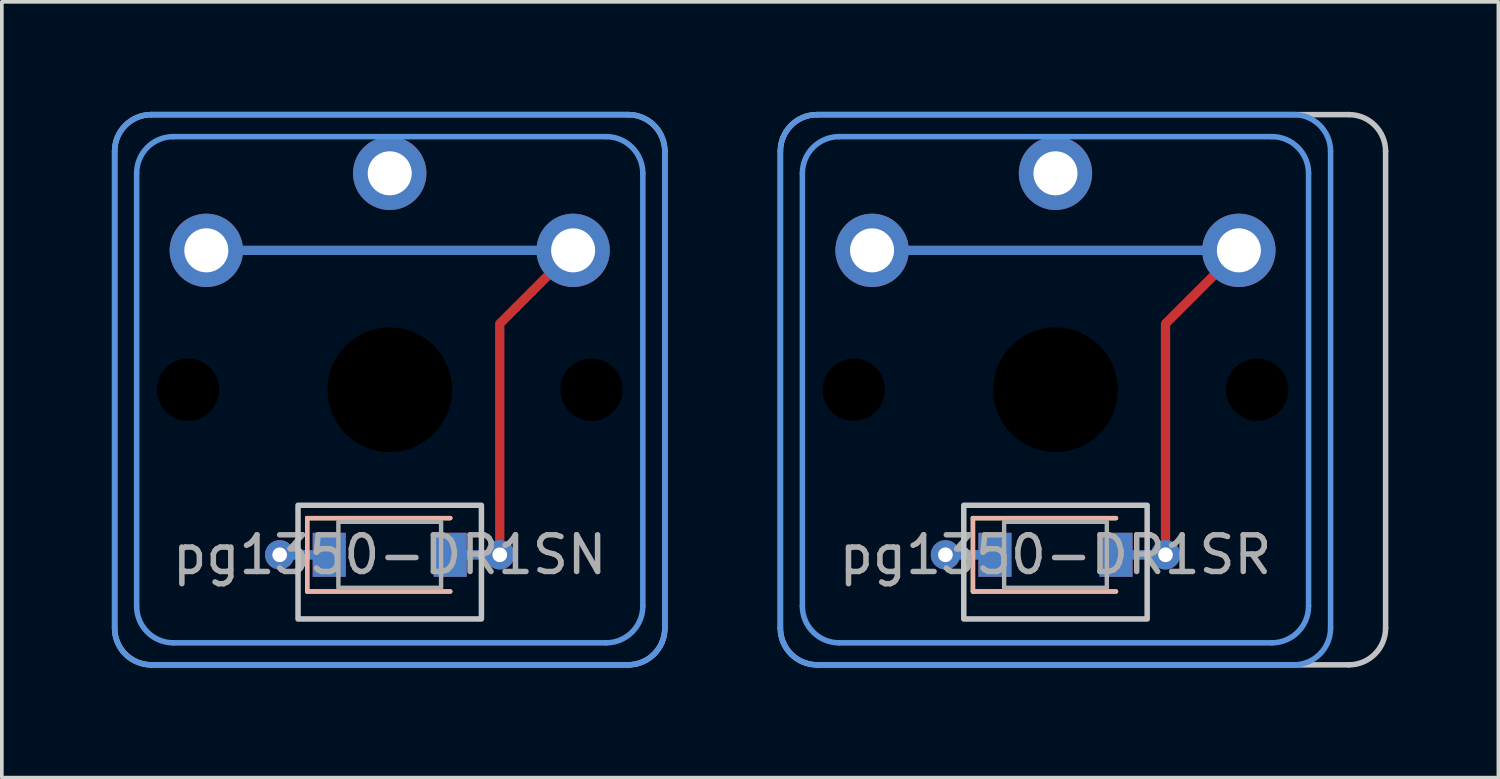
<source format=kicad_pcb>
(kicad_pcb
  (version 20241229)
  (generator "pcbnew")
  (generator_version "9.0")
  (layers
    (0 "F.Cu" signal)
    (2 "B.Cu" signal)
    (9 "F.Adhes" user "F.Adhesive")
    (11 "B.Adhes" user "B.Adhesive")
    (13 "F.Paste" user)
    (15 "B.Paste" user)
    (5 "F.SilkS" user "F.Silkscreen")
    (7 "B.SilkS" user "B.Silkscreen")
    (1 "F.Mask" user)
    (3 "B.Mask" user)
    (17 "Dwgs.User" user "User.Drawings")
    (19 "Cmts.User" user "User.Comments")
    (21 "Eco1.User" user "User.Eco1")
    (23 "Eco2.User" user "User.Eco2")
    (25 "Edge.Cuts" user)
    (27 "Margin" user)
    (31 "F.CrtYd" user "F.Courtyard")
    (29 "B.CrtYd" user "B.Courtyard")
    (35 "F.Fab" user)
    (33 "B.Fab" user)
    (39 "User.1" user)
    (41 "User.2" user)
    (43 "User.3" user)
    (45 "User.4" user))
  (footprint "pg1350-DR1SR"
    (layer "F.Cu")
    (at 25.725 12.075)
    (property "Reference" "pg1350-DR1SR" (at 0 0 0) (layer "F.Fab") (effects (font (size 1 1) (thickness 0.15))))
    (attr smd)
    (fp_line (start -2.25 -1) (end -2.25 1) (stroke (width 0.12) (type solid)) (layer "F.SilkS"))
    (fp_line (start -2.25 1) (end 1.65 1) (stroke (width 0.12) (type solid)) (layer "F.SilkS"))
    (fp_line (start 1.65 -1) (end -2.25 -1) (stroke (width 0.12) (type solid)) (layer "F.SilkS"))
    (fp_line (start -2.25 -1) (end -2.25 1) (stroke (width 0.12) (type solid)) (layer "B.SilkS"))
    (fp_line (start -2.25 1) (end 1.65 1) (stroke (width 0.12) (type solid)) (layer "B.SilkS"))
    (fp_line (start 1.65 -1) (end -2.25 -1) (stroke (width 0.12) (type solid)) (layer "B.SilkS"))
    (fp_line (start -7.5 2) (end -7.5 -11) (stroke (width 0.15) (type solid)) (layer "Dwgs.User"))
    (fp_line (start -6.5 -12) (end 8 -12) (stroke (width 0.15) (type solid)) (layer "Dwgs.User"))
    (fp_line (start 8 3) (end -6.5 3) (stroke (width 0.15) (type solid)) (layer "Dwgs.User"))
    (fp_line (start 9 -11) (end 9 2) (stroke (width 0.15) (type solid)) (layer "Dwgs.User"))
    (fp_rect (start 2.5 1.75) (end -2.5 -1.35) (stroke (width 0.15) (type solid)) (fill no) (layer "Dwgs.User"))
    (fp_arc (start -7.5 -11) (mid -7.207107 -11.707107) (end -6.5 -12) (stroke (width 0.15) (type solid)) (layer "Dwgs.User"))
    (fp_arc (start -6.5 3) (mid -7.207107 2.707107) (end -7.5 2) (stroke (width 0.15) (type solid)) (layer "Dwgs.User"))
    (fp_arc (start 8 -12) (mid 8.707107 -11.707107) (end 9 -11) (stroke (width 0.15) (type solid)) (layer "Dwgs.User"))
    (fp_arc (start 9 2) (mid 8.707107 2.707107) (end 8 3) (stroke (width 0.15) (type solid)) (layer "Dwgs.User"))
    (fp_line (start -7.5 2) (end -7.5 -11) (stroke (width 0.15) (type solid)) (layer "Cmts.User"))
    (fp_line (start -6.9 1.4) (end -6.9 -10.4) (stroke (width 0.15) (type solid)) (layer "Cmts.User"))
    (fp_line (start -6.5 -12) (end 6.5 -12) (stroke (width 0.15) (type solid)) (layer "Cmts.User"))
    (fp_line (start -5.9 -11.4) (end 5.9 -11.4) (stroke (width 0.15) (type solid)) (layer "Cmts.User"))
    (fp_line (start 5.9 2.4) (end -5.9 2.4) (stroke (width 0.15) (type solid)) (layer "Cmts.User"))
    (fp_line (start 6.5 3) (end -6.5 3) (stroke (width 0.15) (type solid)) (layer "Cmts.User"))
    (fp_line (start 6.9 -10.4) (end 6.9 1.4) (stroke (width 0.15) (type solid)) (layer "Cmts.User"))
    (fp_line (start 7.5 -11) (end 7.5 2) (stroke (width 0.15) (type solid)) (layer "Cmts.User"))
    (fp_arc (start -7.5 -11) (mid -7.207107 -11.707107) (end -6.5 -12) (stroke (width 0.15) (type solid)) (layer "Cmts.User"))
    (fp_arc (start -6.9 -10.4) (mid -6.607107 -11.107107) (end -5.9 -11.4) (stroke (width 0.15) (type solid)) (layer "Cmts.User"))
    (fp_arc (start -6.5 3) (mid -7.207107 2.707107) (end -7.5 2) (stroke (width 0.15) (type solid)) (layer "Cmts.User"))
    (fp_arc (start -5.9 2.4) (mid -6.607107 2.107107) (end -6.9 1.4) (stroke (width 0.15) (type solid)) (layer "Cmts.User"))
    (fp_arc (start 5.9 -11.4) (mid 6.607107 -11.107107) (end 6.9 -10.4) (stroke (width 0.15) (type solid)) (layer "Cmts.User"))
    (fp_arc (start 6.5 -12) (mid 7.207107 -11.707107) (end 7.5 -11) (stroke (width 0.15) (type solid)) (layer "Cmts.User"))
    (fp_arc (start 6.9 1.4) (mid 6.607107 2.107107) (end 5.9 2.4) (stroke (width 0.15) (type solid)) (layer "Cmts.User"))
    (fp_arc (start 7.5 2) (mid 7.207107 2.707107) (end 6.5 3) (stroke (width 0.15) (type solid)) (layer "Cmts.User"))
    (fp_rect (start 1.4 0.9) (end -1.4 -0.9) (stroke (width 0.12) (type solid)) (fill no) (layer "F.Fab"))
    (pad "" np_thru_hole circle (at -5.5 -4.5) (size 1.7 1.7) (drill 1.7) (layers "*.Mask"))
    (pad "" np_thru_hole circle (at 0 -4.5) (size 3.4 3.4) (drill 3.4) (layers "*.Mask"))
    (pad "" np_thru_hole circle (at 5.5 -4.5) (size 1.7 1.7) (drill 1.7) (layers "*.Mask"))
    (pad "1" thru_hole circle (at 0 -10.4) (size 2 2) (drill 1.2) (layers "*.Cu" "*.Mask"))
    (pad "2" smd rect (at -1.65 0) (size 0.9 1.2) (layers "*.Cu" "*.Mask"))
    (pad "3" smd custom (at -5 -8.3) (size 0.254 0.254) (layers "B.Cu") (options (anchor circle)) (primitives (gr_line (start 0 0) (end 10 0) (width 0.254))))
    (pad "3" thru_hole circle (at -5 -8.3) (size 2 2) (drill 1.2) (layers "*.Cu" "F.Mask"))
    (pad "3" thru_hole circle (at -3 0) (size 0.8 0.8) (drill 0.4) (layers "*.Cu"))
    (pad "3" smd oval (at -2.325 0) (size 1.604 0.254) (layers "F.Cu"))
    (pad "3" smd oval (at -2.325 0) (size 1.604 0.254) (layers "B.Cu"))
    (pad "3" smd rect (at 1.65 0) (size 0.9 1.2) (layers "*.Cu" "*.Mask"))
    (pad "3" smd oval (at 2.325 0) (size 1.604 0.254) (layers "F.Cu"))
    (pad "3" smd oval (at 2.325 0) (size 1.604 0.254) (layers "B.Cu"))
    (pad "3" smd custom (at 3 0) (size 0.254 0.254) (layers "F.Cu") (options (anchor circle)) (primitives (gr_line (start 2 -8.3) (end 0 -6.3) (width 0.254)) (gr_line (start 0 -6.3) (end 0 -1.35) (width 0.254)) (gr_line (start 0 -1.35) (end 0 0) (width 0.254))))
    (pad "3" thru_hole circle (at 3 0) (size 0.8 0.8) (drill 0.4) (layers "*.Cu"))
    (pad "3" thru_hole circle (at 5 -8.3) (size 2 2) (drill 1.2) (layers "*.Cu" "B.Mask")))
  (footprint "pg1350-DR1SN"
    (layer "F.Cu")
    (at 7.575 12.075)
    (property "Reference" "pg1350-DR1SN" (at 0 0 0) (layer "F.Fab") (effects (font (size 1 1) (thickness 0.15))))
    (attr smd)
    (fp_line (start -2.25 -1) (end -2.25 1) (stroke (width 0.12) (type solid)) (layer "F.SilkS"))
    (fp_line (start -2.25 1) (end 1.65 1) (stroke (width 0.12) (type solid)) (layer "F.SilkS"))
    (fp_line (start 1.65 -1) (end -2.25 -1) (stroke (width 0.12) (type solid)) (layer "F.SilkS"))
    (fp_line (start -2.25 -1) (end -2.25 1) (stroke (width 0.12) (type solid)) (layer "B.SilkS"))
    (fp_line (start -2.25 1) (end 1.65 1) (stroke (width 0.12) (type solid)) (layer "B.SilkS"))
    (fp_line (start 1.65 -1) (end -2.25 -1) (stroke (width 0.12) (type solid)) (layer "B.SilkS"))
    (fp_line (start -7.5 2) (end -7.5 -11) (stroke (width 0.15) (type solid)) (layer "Dwgs.User"))
    (fp_line (start -6.5 -12) (end 6.5 -12) (stroke (width 0.15) (type solid)) (layer "Dwgs.User"))
    (fp_line (start 6.5 3) (end -6.5 3) (stroke (width 0.15) (type solid)) (layer "Dwgs.User"))
    (fp_line (start 7.5 -11) (end 7.5 2) (stroke (width 0.15) (type solid)) (layer "Dwgs.User"))
    (fp_rect (start 2.5 1.75) (end -2.5 -1.35) (stroke (width 0.15) (type solid)) (fill no) (layer "Dwgs.User"))
    (fp_arc (start -7.5 -11) (mid -7.207107 -11.707107) (end -6.5 -12) (stroke (width 0.15) (type solid)) (layer "Dwgs.User"))
    (fp_arc (start -6.5 3) (mid -7.207107 2.707107) (end -7.5 2) (stroke (width 0.15) (type solid)) (layer "Dwgs.User"))
    (fp_arc (start 6.5 -12) (mid 7.207107 -11.707107) (end 7.5 -11) (stroke (width 0.15) (type solid)) (layer "Dwgs.User"))
    (fp_arc (start 7.5 2) (mid 7.207107 2.707107) (end 6.5 3) (stroke (width 0.15) (type solid)) (layer "Dwgs.User"))
    (fp_line (start -7.5 2) (end -7.5 -11) (stroke (width 0.15) (type solid)) (layer "Cmts.User"))
    (fp_line (start -6.9 1.4) (end -6.9 -10.4) (stroke (width 0.15) (type solid)) (layer "Cmts.User"))
    (fp_line (start -6.5 -12) (end 6.5 -12) (stroke (width 0.15) (type solid)) (layer "Cmts.User"))
    (fp_line (start -5.9 -11.4) (end 5.9 -11.4) (stroke (width 0.15) (type solid)) (layer "Cmts.User"))
    (fp_line (start 5.9 2.4) (end -5.9 2.4) (stroke (width 0.15) (type solid)) (layer "Cmts.User"))
    (fp_line (start 6.5 3) (end -6.5 3) (stroke (width 0.15) (type solid)) (layer "Cmts.User"))
    (fp_line (start 6.9 -10.4) (end 6.9 1.4) (stroke (width 0.15) (type solid)) (layer "Cmts.User"))
    (fp_line (start 7.5 -11) (end 7.5 2) (stroke (width 0.15) (type solid)) (layer "Cmts.User"))
    (fp_arc (start -7.5 -11) (mid -7.207107 -11.707107) (end -6.5 -12) (stroke (width 0.15) (type solid)) (layer "Cmts.User"))
    (fp_arc (start -6.9 -10.4) (mid -6.607107 -11.107107) (end -5.9 -11.4) (stroke (width 0.15) (type solid)) (layer "Cmts.User"))
    (fp_arc (start -6.5 3) (mid -7.207107 2.707107) (end -7.5 2) (stroke (width 0.15) (type solid)) (layer "Cmts.User"))
    (fp_arc (start -5.9 2.4) (mid -6.607107 2.107107) (end -6.9 1.4) (stroke (width 0.15) (type solid)) (layer "Cmts.User"))
    (fp_arc (start 5.9 -11.4) (mid 6.607107 -11.107107) (end 6.9 -10.4) (stroke (width 0.15) (type solid)) (layer "Cmts.User"))
    (fp_arc (start 6.5 -12) (mid 7.207107 -11.707107) (end 7.5 -11) (stroke (width 0.15) (type solid)) (layer "Cmts.User"))
    (fp_arc (start 6.9 1.4) (mid 6.607107 2.107107) (end 5.9 2.4) (stroke (width 0.15) (type solid)) (layer "Cmts.User"))
    (fp_arc (start 7.5 2) (mid 7.207107 2.707107) (end 6.5 3) (stroke (width 0.15) (type solid)) (layer "Cmts.User"))
    (fp_rect (start 1.4 0.9) (end -1.4 -0.9) (stroke (width 0.12) (type solid)) (fill no) (layer "F.Fab"))
    (pad "" np_thru_hole circle (at -5.5 -4.5) (size 1.7 1.7) (drill 1.7) (layers "*.Mask"))
    (pad "" np_thru_hole circle (at 0 -4.5) (size 3.4 3.4) (drill 3.4) (layers "*.Mask"))
    (pad "" np_thru_hole circle (at 5.5 -4.5) (size 1.7 1.7) (drill 1.7) (layers "*.Mask"))
    (pad "1" thru_hole circle (at 0 -10.4) (size 2 2) (drill 1.2) (layers "*.Cu" "*.Mask"))
    (pad "2" smd rect (at -1.65 0) (size 0.9 1.2) (layers "*.Cu" "*.Mask"))
    (pad "3" smd custom (at -5 -8.3) (size 0.254 0.254) (layers "B.Cu") (options (anchor circle)) (primitives (gr_line (start 0 0) (end 10 0) (width 0.254))))
    (pad "3" thru_hole circle (at -5 -8.3) (size 2 2) (drill 1.2) (layers "*.Cu" "F.Mask"))
    (pad "3" thru_hole circle (at -3 0) (size 0.8 0.8) (drill 0.4) (layers "*.Cu"))
    (pad "3" smd oval (at -2.325 0) (size 1.604 0.254) (layers "F.Cu"))
    (pad "3" smd oval (at -2.325 0) (size 1.604 0.254) (layers "B.Cu"))
    (pad "3" smd rect (at 1.65 0) (size 0.9 1.2) (layers "*.Cu" "*.Mask"))
    (pad "3" smd oval (at 2.325 0) (size 1.604 0.254) (layers "F.Cu"))
    (pad "3" smd oval (at 2.325 0) (size 1.604 0.254) (layers "B.Cu"))
    (pad "3" smd custom (at 3 0) (size 0.254 0.254) (layers "F.Cu") (options (anchor circle)) (primitives (gr_line (start 2 -8.3) (end 0 -6.3) (width 0.254)) (gr_line (start 0 -6.3) (end 0 -1.35) (width 0.254)) (gr_line (start 0 -1.35) (end 0 0) (width 0.254))))
    (pad "3" thru_hole circle (at 3 0) (size 0.8 0.8) (drill 0.4) (layers "*.Cu"))
    (pad "3" thru_hole circle (at 5 -8.3) (size 2 2) (drill 1.2) (layers "*.Cu" "B.Mask")))
  (gr_rect
    (start -3 -3)
    (end 37.8 18.15)
    (stroke (width 0.1) (type default))
    (fill no)
    (layer "Edge.Cuts")))
</source>
